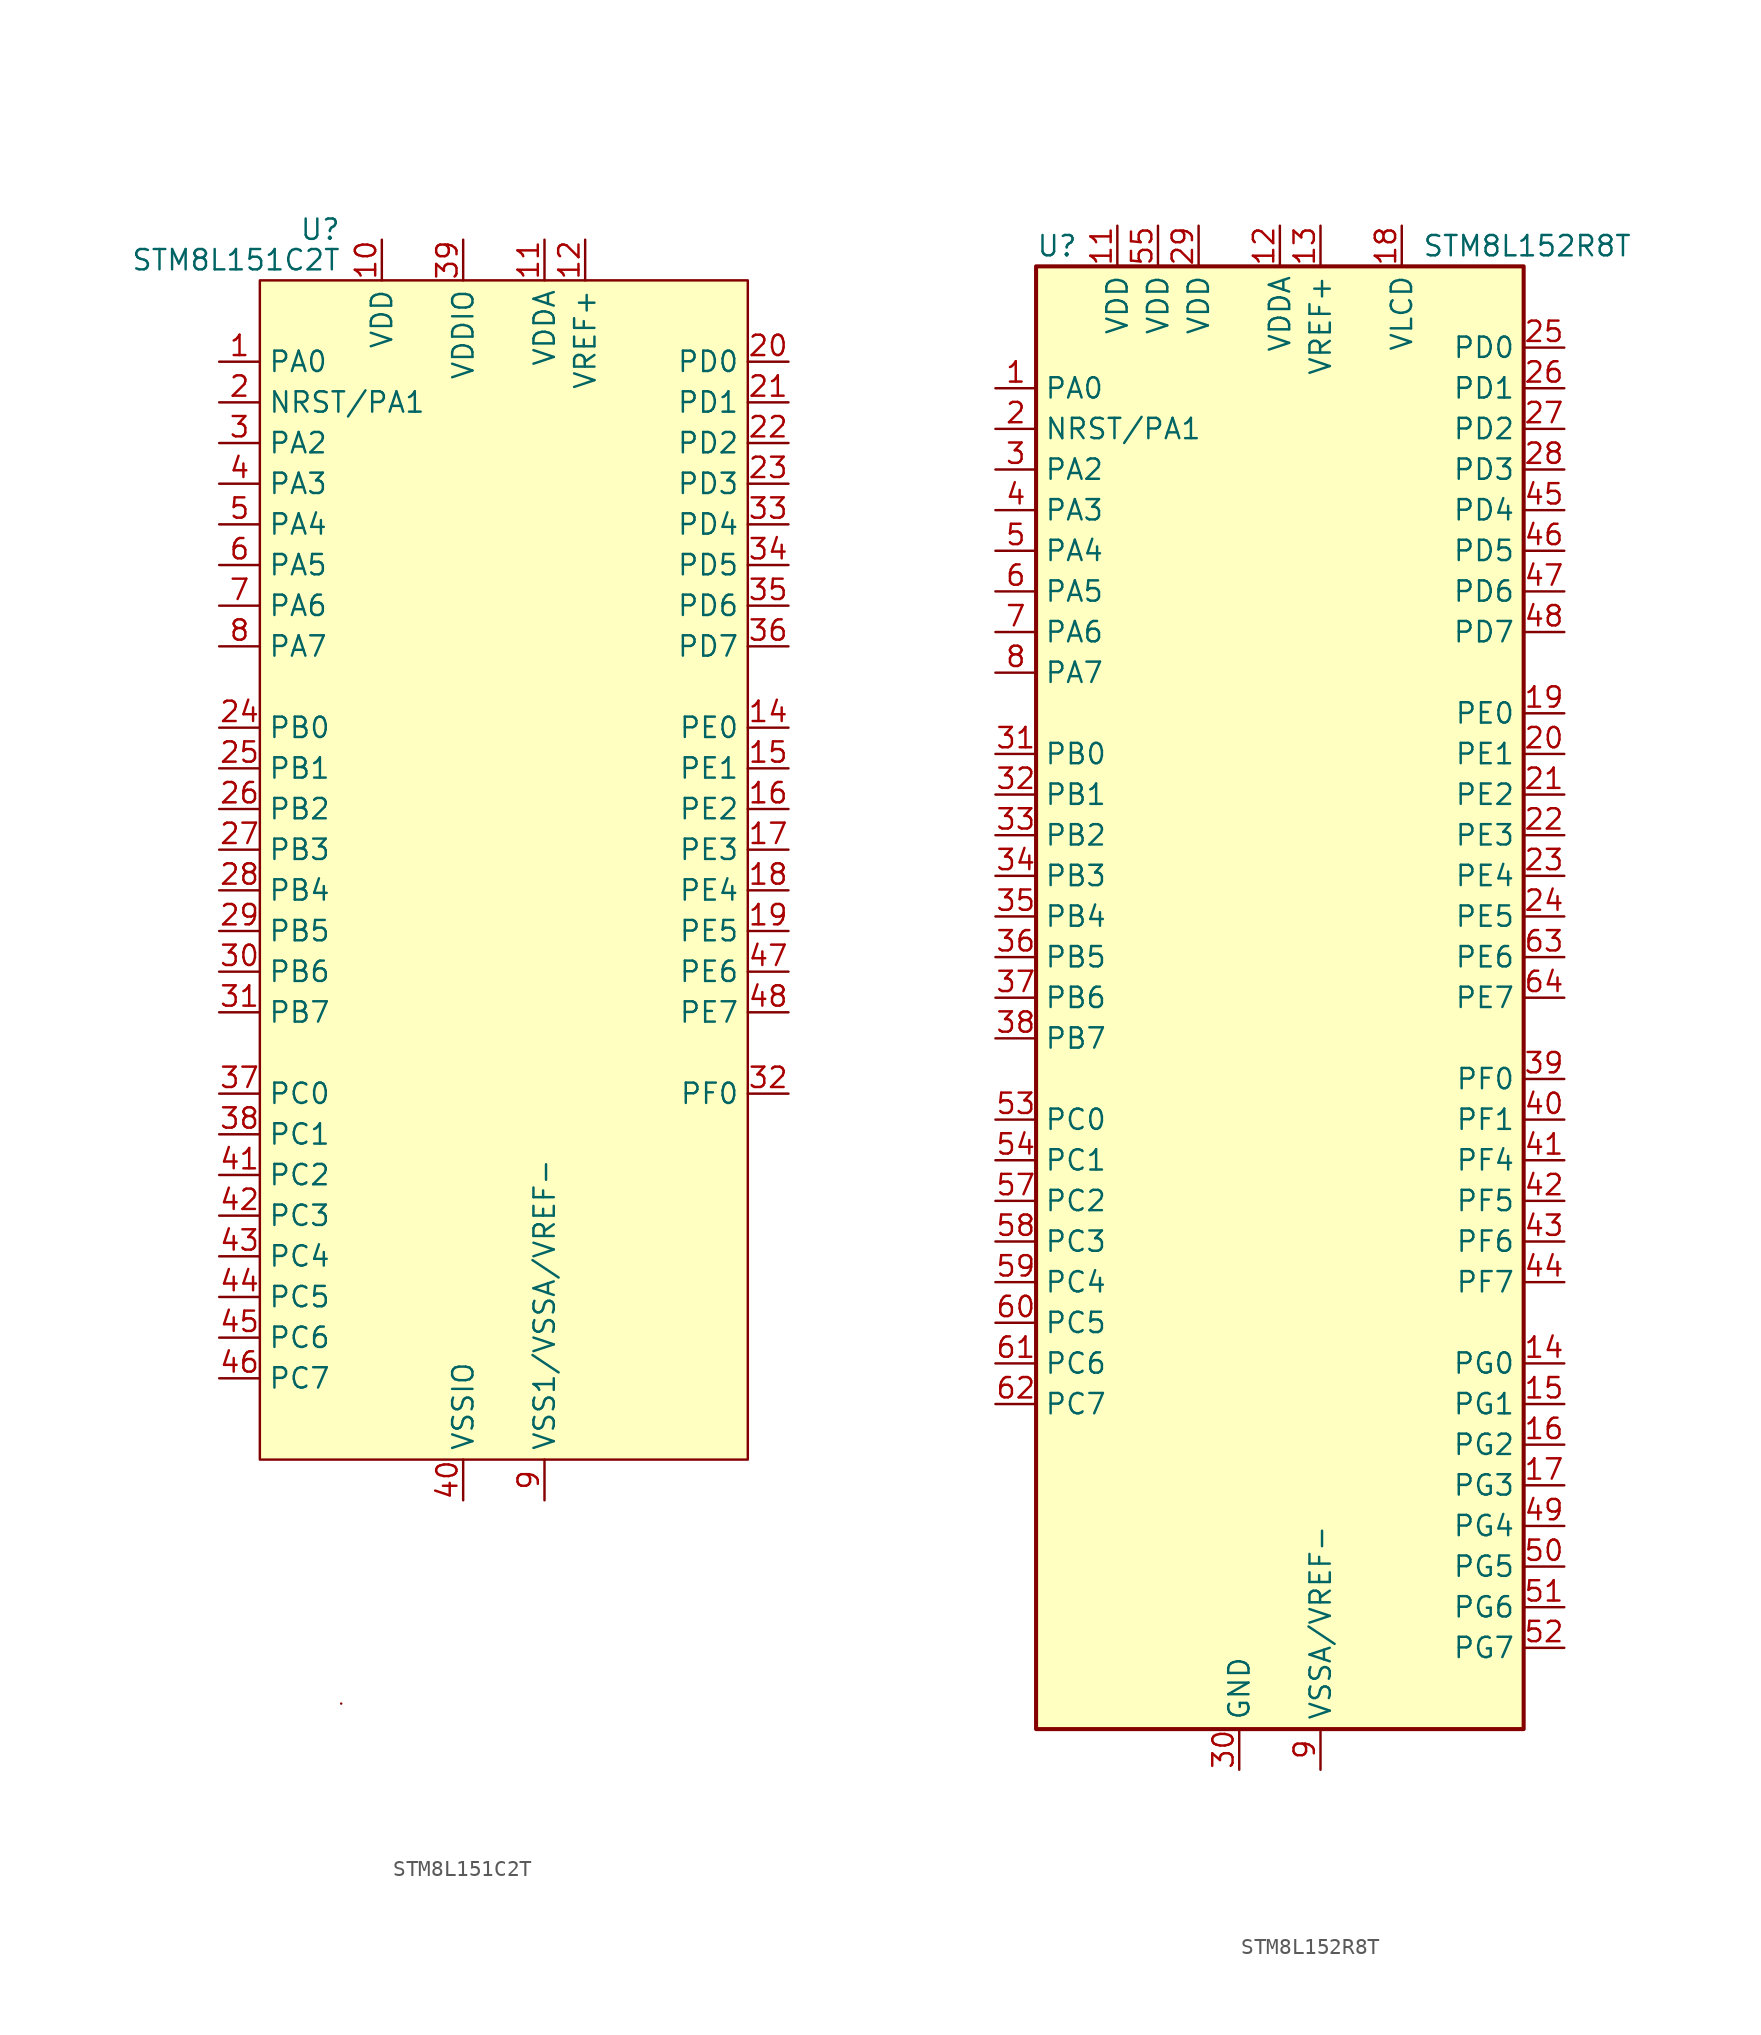
<source format=kicad_sym>
(kicad_symbol_lib
  (version 20211014)
  (generator kicad_symbol_editor)
  (symbol "STM8L151C2T"
    (property "Reference" "U"
      (at -10.16 38.735 0)
      (effects (font (size 1.27 1.27)) (justify right)))
    (property "Value" "STM8L151C2T"
      (at -10.16 36.83 0)
      (effects (font (size 1.27 1.27)) (justify right)))
    (symbol "STM8L151C2T_0_0"
      (pin bidirectional line (at -17.78 30.48 0) (length 2.54) (name "PA0" (effects (font (size 1.27 1.27)))) (number "1" (effects (font (size 1.27 1.27)))))
      (pin power_in line (at -7.62 38.1 270) (length 2.54) (name "VDD" (effects (font (size 1.27 1.27)))) (number "10" (effects (font (size 1.27 1.27)))))
      (pin power_in line (at 2.54 38.1 270) (length 2.54) (name "VDDA" (effects (font (size 1.27 1.27)))) (number "11" (effects (font (size 1.27 1.27)))))
      (pin power_in line (at 5.08 38.1 270) (length 2.54) (name "VREF+" (effects (font (size 1.27 1.27)))) (number "12" (effects (font (size 1.27 1.27)))))
      (pin no_connect line (at 15.24 -20.32 180) (length 2.54) hide (name "NC" (effects (font (size 1.27 1.27)))) (number "13" (effects (font (size 1.27 1.27)))))
      (pin bidirectional line (at 17.78 7.62 180) (length 2.54) (name "PE0" (effects (font (size 1.27 1.27)))) (number "14" (effects (font (size 1.27 1.27)))))
      (pin bidirectional line (at 17.78 5.08 180) (length 2.54) (name "PE1" (effects (font (size 1.27 1.27)))) (number "15" (effects (font (size 1.27 1.27)))))
      (pin bidirectional line (at 17.78 2.54 180) (length 2.54) (name "PE2" (effects (font (size 1.27 1.27)))) (number "16" (effects (font (size 1.27 1.27)))))
      (pin bidirectional line (at 17.78 0 180) (length 2.54) (name "PE3" (effects (font (size 1.27 1.27)))) (number "17" (effects (font (size 1.27 1.27)))))
      (pin bidirectional line (at 17.78 -2.54 180) (length 2.54) (name "PE4" (effects (font (size 1.27 1.27)))) (number "18" (effects (font (size 1.27 1.27)))))
      (pin bidirectional line (at 17.78 -5.08 180) (length 2.54) (name "PE5" (effects (font (size 1.27 1.27)))) (number "19" (effects (font (size 1.27 1.27)))))
      (pin bidirectional line (at -17.78 27.94 0) (length 2.54) (name "NRST/PA1" (effects (font (size 1.27 1.27)))) (number "2" (effects (font (size 1.27 1.27)))))
      (pin bidirectional line (at 17.78 30.48 180) (length 2.54) (name "PD0" (effects (font (size 1.27 1.27)))) (number "20" (effects (font (size 1.27 1.27)))))
      (pin bidirectional line (at 17.78 27.94 180) (length 2.54) (name "PD1" (effects (font (size 1.27 1.27)))) (number "21" (effects (font (size 1.27 1.27)))))
      (pin bidirectional line (at 17.78 25.4 180) (length 2.54) (name "PD2" (effects (font (size 1.27 1.27)))) (number "22" (effects (font (size 1.27 1.27)))))
      (pin bidirectional line (at 17.78 22.86 180) (length 2.54) (name "PD3" (effects (font (size 1.27 1.27)))) (number "23" (effects (font (size 1.27 1.27)))))
      (pin bidirectional line (at -17.78 7.62 0) (length 2.54) (name "PB0" (effects (font (size 1.27 1.27)))) (number "24" (effects (font (size 1.27 1.27)))))
      (pin bidirectional line (at -17.78 5.08 0) (length 2.54) (name "PB1" (effects (font (size 1.27 1.27)))) (number "25" (effects (font (size 1.27 1.27)))))
      (pin bidirectional line (at -17.78 2.54 0) (length 2.54) (name "PB2" (effects (font (size 1.27 1.27)))) (number "26" (effects (font (size 1.27 1.27)))))
      (pin bidirectional line (at -17.78 0 0) (length 2.54) (name "PB3" (effects (font (size 1.27 1.27)))) (number "27" (effects (font (size 1.27 1.27)))))
      (pin bidirectional line (at -17.78 -2.54 0) (length 2.54) (name "PB4" (effects (font (size 1.27 1.27)))) (number "28" (effects (font (size 1.27 1.27)))))
      (pin bidirectional line (at -17.78 -5.08 0) (length 2.54) (name "PB5" (effects (font (size 1.27 1.27)))) (number "29" (effects (font (size 1.27 1.27)))))
      (pin bidirectional line (at -17.78 25.4 0) (length 2.54) (name "PA2" (effects (font (size 1.27 1.27)))) (number "3" (effects (font (size 1.27 1.27)))))
      (pin bidirectional line (at -17.78 -7.62 0) (length 2.54) (name "PB6" (effects (font (size 1.27 1.27)))) (number "30" (effects (font (size 1.27 1.27)))))
      (pin bidirectional line (at -17.78 -10.16 0) (length 2.54) (name "PB7" (effects (font (size 1.27 1.27)))) (number "31" (effects (font (size 1.27 1.27)))))
      (pin bidirectional line (at 17.78 -15.24 180) (length 2.54) (name "PF0" (effects (font (size 1.27 1.27)))) (number "32" (effects (font (size 1.27 1.27)))))
      (pin bidirectional line (at 17.78 20.32 180) (length 2.54) (name "PD4" (effects (font (size 1.27 1.27)))) (number "33" (effects (font (size 1.27 1.27)))))
      (pin bidirectional line (at 17.78 17.78 180) (length 2.54) (name "PD5" (effects (font (size 1.27 1.27)))) (number "34" (effects (font (size 1.27 1.27)))))
      (pin bidirectional line (at 17.78 15.24 180) (length 2.54) (name "PD6" (effects (font (size 1.27 1.27)))) (number "35" (effects (font (size 1.27 1.27)))))
      (pin bidirectional line (at 17.78 12.7 180) (length 2.54) (name "PD7" (effects (font (size 1.27 1.27)))) (number "36" (effects (font (size 1.27 1.27)))))
      (pin bidirectional line (at -17.78 -15.24 0) (length 2.54) (name "PC0" (effects (font (size 1.27 1.27)))) (number "37" (effects (font (size 1.27 1.27)))))
      (pin bidirectional line (at -17.78 -17.78 0) (length 2.54) (name "PC1" (effects (font (size 1.27 1.27)))) (number "38" (effects (font (size 1.27 1.27)))))
      (pin power_in line (at -2.54 38.1 270) (length 2.54) (name "VDDIO" (effects (font (size 1.27 1.27)))) (number "39" (effects (font (size 1.27 1.27)))))
      (pin bidirectional line (at -17.78 22.86 0) (length 2.54) (name "PA3" (effects (font (size 1.27 1.27)))) (number "4" (effects (font (size 1.27 1.27)))))
      (pin power_in line (at -2.54 -40.64 90) (length 2.54) (name "VSSIO" (effects (font (size 1.27 1.27)))) (number "40" (effects (font (size 1.27 1.27)))))
      (pin bidirectional line (at -17.78 -20.32 0) (length 2.54) (name "PC2" (effects (font (size 1.27 1.27)))) (number "41" (effects (font (size 1.27 1.27)))))
      (pin bidirectional line (at -17.78 -22.86 0) (length 2.54) (name "PC3" (effects (font (size 1.27 1.27)))) (number "42" (effects (font (size 1.27 1.27)))))
      (pin bidirectional line (at -17.78 -25.4 0) (length 2.54) (name "PC4" (effects (font (size 1.27 1.27)))) (number "43" (effects (font (size 1.27 1.27)))))
      (pin bidirectional line (at -17.78 -27.94 0) (length 2.54) (name "PC5" (effects (font (size 1.27 1.27)))) (number "44" (effects (font (size 1.27 1.27)))))
      (pin bidirectional line (at -17.78 -30.48 0) (length 2.54) (name "PC6" (effects (font (size 1.27 1.27)))) (number "45" (effects (font (size 1.27 1.27)))))
      (pin bidirectional line (at -17.78 -33.02 0) (length 2.54) (name "PC7" (effects (font (size 1.27 1.27)))) (number "46" (effects (font (size 1.27 1.27)))))
      (pin bidirectional line (at 17.78 -7.62 180) (length 2.54) (name "PE6" (effects (font (size 1.27 1.27)))) (number "47" (effects (font (size 1.27 1.27)))))
      (pin bidirectional line (at 17.78 -10.16 180) (length 2.54) (name "PE7" (effects (font (size 1.27 1.27)))) (number "48" (effects (font (size 1.27 1.27)))))
      (pin bidirectional line (at -17.78 20.32 0) (length 2.54) (name "PA4" (effects (font (size 1.27 1.27)))) (number "5" (effects (font (size 1.27 1.27)))))
      (pin bidirectional line (at -17.78 17.78 0) (length 2.54) (name "PA5" (effects (font (size 1.27 1.27)))) (number "6" (effects (font (size 1.27 1.27)))))
      (pin bidirectional line (at -17.78 15.24 0) (length 2.54) (name "PA6" (effects (font (size 1.27 1.27)))) (number "7" (effects (font (size 1.27 1.27)))))
      (pin bidirectional line (at -17.78 12.7 0) (length 2.54) (name "PA7" (effects (font (size 1.27 1.27)))) (number "8" (effects (font (size 1.27 1.27)))))
      (pin power_in line (at 2.54 -40.64 90) (length 2.54) (name "VSS1/VSSA/VREF-" (effects (font (size 1.27 1.27)))) (number "9" (effects (font (size 1.27 1.27))))))
    (symbol "STM8L151C2T_0_1"
      (rectangle (start -15.24 35.56) (end 15.24 -38.1) (stroke (width 0) (type default) (color 0 0 0 0)) (fill (type background)))
      (rectangle (start -10.16 -53.34) (end -10.16 -53.34) (stroke (width 0.152) (type default) (color 0 0 0 0)) (fill (type none)))))
  (symbol "STM8L152R8T"
    (property "Reference" "U"
      (at -15.24 46.99 0)
      (effects (font (size 1.27 1.27)) (justify left)))
    (property "Value" "STM8L152R8T"
      (at 8.89 46.99 0)
      (effects (font (size 1.27 1.27)) (justify left)))
    (symbol "STM8L152R8T_0_0"
      (pin passive line (at -2.54 -48.26 90) (length 2.54) hide (name "GND" (effects (font (size 1.27 1.27)))) (number "10" (effects (font (size 1.27 1.27)))))
      (pin bidirectional line (at 17.78 12.7 180) (length 2.54) (name "PE2" (effects (font (size 1.27 1.27)))) (number "21" (effects (font (size 1.27 1.27)))))
      (pin bidirectional line (at 17.78 10.16 180) (length 2.54) (name "PE3" (effects (font (size 1.27 1.27)))) (number "22" (effects (font (size 1.27 1.27)))))
      (pin bidirectional line (at 17.78 7.62 180) (length 2.54) (name "PE4" (effects (font (size 1.27 1.27)))) (number "23" (effects (font (size 1.27 1.27)))))
      (pin bidirectional line (at 17.78 5.08 180) (length 2.54) (name "PE5" (effects (font (size 1.27 1.27)))) (number "24" (effects (font (size 1.27 1.27)))))
      (pin bidirectional line (at 17.78 40.64 180) (length 2.54) (name "PD0" (effects (font (size 1.27 1.27)))) (number "25" (effects (font (size 1.27 1.27)))))
      (pin bidirectional line (at 17.78 38.1 180) (length 2.54) (name "PD1" (effects (font (size 1.27 1.27)))) (number "26" (effects (font (size 1.27 1.27)))))
      (pin bidirectional line (at 17.78 35.56 180) (length 2.54) (name "PD2" (effects (font (size 1.27 1.27)))) (number "27" (effects (font (size 1.27 1.27)))))
      (pin bidirectional line (at 17.78 33.02 180) (length 2.54) (name "PD3" (effects (font (size 1.27 1.27)))) (number "28" (effects (font (size 1.27 1.27)))))
      (pin power_in line (at -5.08 48.26 270) (length 2.54) (name "VDD" (effects (font (size 1.27 1.27)))) (number "29" (effects (font (size 1.27 1.27)))))
      (pin power_in line (at -2.54 -48.26 90) (length 2.54) (name "GND" (effects (font (size 1.27 1.27)))) (number "30" (effects (font (size 1.27 1.27)))))
      (pin bidirectional line (at -17.78 15.24 0) (length 2.54) (name "PB0" (effects (font (size 1.27 1.27)))) (number "31" (effects (font (size 1.27 1.27)))))
      (pin bidirectional line (at -17.78 12.7 0) (length 2.54) (name "PB1" (effects (font (size 1.27 1.27)))) (number "32" (effects (font (size 1.27 1.27)))))
      (pin bidirectional line (at -17.78 10.16 0) (length 2.54) (name "PB2" (effects (font (size 1.27 1.27)))) (number "33" (effects (font (size 1.27 1.27)))))
      (pin bidirectional line (at -17.78 7.62 0) (length 2.54) (name "PB3" (effects (font (size 1.27 1.27)))) (number "34" (effects (font (size 1.27 1.27)))))
      (pin bidirectional line (at -17.78 5.08 0) (length 2.54) (name "PB4" (effects (font (size 1.27 1.27)))) (number "35" (effects (font (size 1.27 1.27)))))
      (pin bidirectional line (at -17.78 2.54 0) (length 2.54) (name "PB5" (effects (font (size 1.27 1.27)))) (number "36" (effects (font (size 1.27 1.27)))))
      (pin bidirectional line (at -17.78 0 0) (length 2.54) (name "PB6" (effects (font (size 1.27 1.27)))) (number "37" (effects (font (size 1.27 1.27)))))
      (pin bidirectional line (at -17.78 -2.54 0) (length 2.54) (name "PB7" (effects (font (size 1.27 1.27)))) (number "38" (effects (font (size 1.27 1.27)))))
      (pin bidirectional line (at 17.78 -5.08 180) (length 2.54) (name "PF0" (effects (font (size 1.27 1.27)))) (number "39" (effects (font (size 1.27 1.27)))))
      (pin bidirectional line (at 17.78 -7.62 180) (length 2.54) (name "PF1" (effects (font (size 1.27 1.27)))) (number "40" (effects (font (size 1.27 1.27)))))
      (pin bidirectional line (at 17.78 -10.16 180) (length 2.54) (name "PF4" (effects (font (size 1.27 1.27)))) (number "41" (effects (font (size 1.27 1.27)))))
      (pin bidirectional line (at 17.78 -12.7 180) (length 2.54) (name "PF5" (effects (font (size 1.27 1.27)))) (number "42" (effects (font (size 1.27 1.27)))))
      (pin bidirectional line (at 17.78 -15.24 180) (length 2.54) (name "PF6" (effects (font (size 1.27 1.27)))) (number "43" (effects (font (size 1.27 1.27)))))
      (pin bidirectional line (at 17.78 -17.78 180) (length 2.54) (name "PF7" (effects (font (size 1.27 1.27)))) (number "44" (effects (font (size 1.27 1.27)))))
      (pin bidirectional line (at 17.78 30.48 180) (length 2.54) (name "PD4" (effects (font (size 1.27 1.27)))) (number "45" (effects (font (size 1.27 1.27)))))
      (pin bidirectional line (at 17.78 27.94 180) (length 2.54) (name "PD5" (effects (font (size 1.27 1.27)))) (number "46" (effects (font (size 1.27 1.27)))))
      (pin bidirectional line (at 17.78 25.4 180) (length 2.54) (name "PD6" (effects (font (size 1.27 1.27)))) (number "47" (effects (font (size 1.27 1.27)))))
      (pin bidirectional line (at 17.78 22.86 180) (length 2.54) (name "PD7" (effects (font (size 1.27 1.27)))) (number "48" (effects (font (size 1.27 1.27)))))
      (pin bidirectional line (at 17.78 -33.02 180) (length 2.54) (name "PG4" (effects (font (size 1.27 1.27)))) (number "49" (effects (font (size 1.27 1.27)))))
      (pin bidirectional line (at 17.78 -35.56 180) (length 2.54) (name "PG5" (effects (font (size 1.27 1.27)))) (number "50" (effects (font (size 1.27 1.27)))))
      (pin bidirectional line (at 17.78 -38.1 180) (length 2.54) (name "PG6" (effects (font (size 1.27 1.27)))) (number "51" (effects (font (size 1.27 1.27)))))
      (pin bidirectional line (at 17.78 -40.64 180) (length 2.54) (name "PG7" (effects (font (size 1.27 1.27)))) (number "52" (effects (font (size 1.27 1.27)))))
      (pin bidirectional line (at -17.78 -7.62 0) (length 2.54) (name "PC0" (effects (font (size 1.27 1.27)))) (number "53" (effects (font (size 1.27 1.27)))))
      (pin bidirectional line (at -17.78 -10.16 0) (length 2.54) (name "PC1" (effects (font (size 1.27 1.27)))) (number "54" (effects (font (size 1.27 1.27)))))
      (pin power_in line (at -7.62 48.26 270) (length 2.54) (name "VDD" (effects (font (size 1.27 1.27)))) (number "55" (effects (font (size 1.27 1.27)))))
      (pin passive line (at -2.54 -48.26 90) (length 2.54) hide (name "GND" (effects (font (size 1.27 1.27)))) (number "56" (effects (font (size 1.27 1.27)))))
      (pin bidirectional line (at -17.78 -12.7 0) (length 2.54) (name "PC2" (effects (font (size 1.27 1.27)))) (number "57" (effects (font (size 1.27 1.27)))))
      (pin bidirectional line (at -17.78 -15.24 0) (length 2.54) (name "PC3" (effects (font (size 1.27 1.27)))) (number "58" (effects (font (size 1.27 1.27)))))
      (pin bidirectional line (at -17.78 -17.78 0) (length 2.54) (name "PC4" (effects (font (size 1.27 1.27)))) (number "59" (effects (font (size 1.27 1.27)))))
      (pin bidirectional line (at -17.78 -20.32 0) (length 2.54) (name "PC5" (effects (font (size 1.27 1.27)))) (number "60" (effects (font (size 1.27 1.27)))))
      (pin bidirectional line (at -17.78 -22.86 0) (length 2.54) (name "PC6" (effects (font (size 1.27 1.27)))) (number "61" (effects (font (size 1.27 1.27)))))
      (pin bidirectional line (at -17.78 -25.4 0) (length 2.54) (name "PC7" (effects (font (size 1.27 1.27)))) (number "62" (effects (font (size 1.27 1.27)))))
      (pin bidirectional line (at 17.78 2.54 180) (length 2.54) (name "PE6" (effects (font (size 1.27 1.27)))) (number "63" (effects (font (size 1.27 1.27)))))
      (pin bidirectional line (at 17.78 0 180) (length 2.54) (name "PE7" (effects (font (size 1.27 1.27)))) (number "64" (effects (font (size 1.27 1.27))))))
    (symbol "STM8L152R8T_0_1"
      (rectangle (start -15.24 45.72) (end 15.24 -45.72) (stroke (width 0.254) (type default) (color 0 0 0 0)) (fill (type background))))
    (symbol "STM8L152R8T_1_1"
      (pin bidirectional line (at -17.78 38.1 0) (length 2.54) (name "PA0" (effects (font (size 1.27 1.27)))) (number "1" (effects (font (size 1.27 1.27)))))
      (pin power_in line (at -10.16 48.26 270) (length 2.54) (name "VDD" (effects (font (size 1.27 1.27)))) (number "11" (effects (font (size 1.27 1.27)))))
      (pin power_in line (at 0 48.26 270) (length 2.54) (name "VDDA" (effects (font (size 1.27 1.27)))) (number "12" (effects (font (size 1.27 1.27)))))
      (pin power_in line (at 2.54 48.26 270) (length 2.54) (name "VREF+" (effects (font (size 1.27 1.27)))) (number "13" (effects (font (size 1.27 1.27)))))
      (pin bidirectional line (at 17.78 -22.86 180) (length 2.54) (name "PG0" (effects (font (size 1.27 1.27)))) (number "14" (effects (font (size 1.27 1.27)))))
      (pin bidirectional line (at 17.78 -25.4 180) (length 2.54) (name "PG1" (effects (font (size 1.27 1.27)))) (number "15" (effects (font (size 1.27 1.27)))))
      (pin bidirectional line (at 17.78 -27.94 180) (length 2.54) (name "PG2" (effects (font (size 1.27 1.27)))) (number "16" (effects (font (size 1.27 1.27)))))
      (pin bidirectional line (at 17.78 -30.48 180) (length 2.54) (name "PG3" (effects (font (size 1.27 1.27)))) (number "17" (effects (font (size 1.27 1.27)))))
      (pin power_in line (at 7.62 48.26 270) (length 2.54) (name "VLCD" (effects (font (size 1.27 1.27)))) (number "18" (effects (font (size 1.27 1.27)))))
      (pin bidirectional line (at 17.78 17.78 180) (length 2.54) (name "PE0" (effects (font (size 1.27 1.27)))) (number "19" (effects (font (size 1.27 1.27)))))
      (pin bidirectional line (at -17.78 35.56 0) (length 2.54) (name "NRST/PA1" (effects (font (size 1.27 1.27)))) (number "2" (effects (font (size 1.27 1.27)))))
      (pin bidirectional line (at 17.78 15.24 180) (length 2.54) (name "PE1" (effects (font (size 1.27 1.27)))) (number "20" (effects (font (size 1.27 1.27)))))
      (pin bidirectional line (at -17.78 33.02 0) (length 2.54) (name "PA2" (effects (font (size 1.27 1.27)))) (number "3" (effects (font (size 1.27 1.27)))))
      (pin bidirectional line (at -17.78 30.48 0) (length 2.54) (name "PA3" (effects (font (size 1.27 1.27)))) (number "4" (effects (font (size 1.27 1.27)))))
      (pin bidirectional line (at -17.78 27.94 0) (length 2.54) (name "PA4" (effects (font (size 1.27 1.27)))) (number "5" (effects (font (size 1.27 1.27)))))
      (pin bidirectional line (at -17.78 25.4 0) (length 2.54) (name "PA5" (effects (font (size 1.27 1.27)))) (number "6" (effects (font (size 1.27 1.27)))))
      (pin bidirectional line (at -17.78 22.86 0) (length 2.54) (name "PA6" (effects (font (size 1.27 1.27)))) (number "7" (effects (font (size 1.27 1.27)))))
      (pin bidirectional line (at -17.78 20.32 0) (length 2.54) (name "PA7" (effects (font (size 1.27 1.27)))) (number "8" (effects (font (size 1.27 1.27)))))
      (pin power_in line (at 2.54 -48.26 90) (length 2.54) (name "VSSA/VREF-" (effects (font (size 1.27 1.27)))) (number "9" (effects (font (size 1.27 1.27))))))))
</source>
